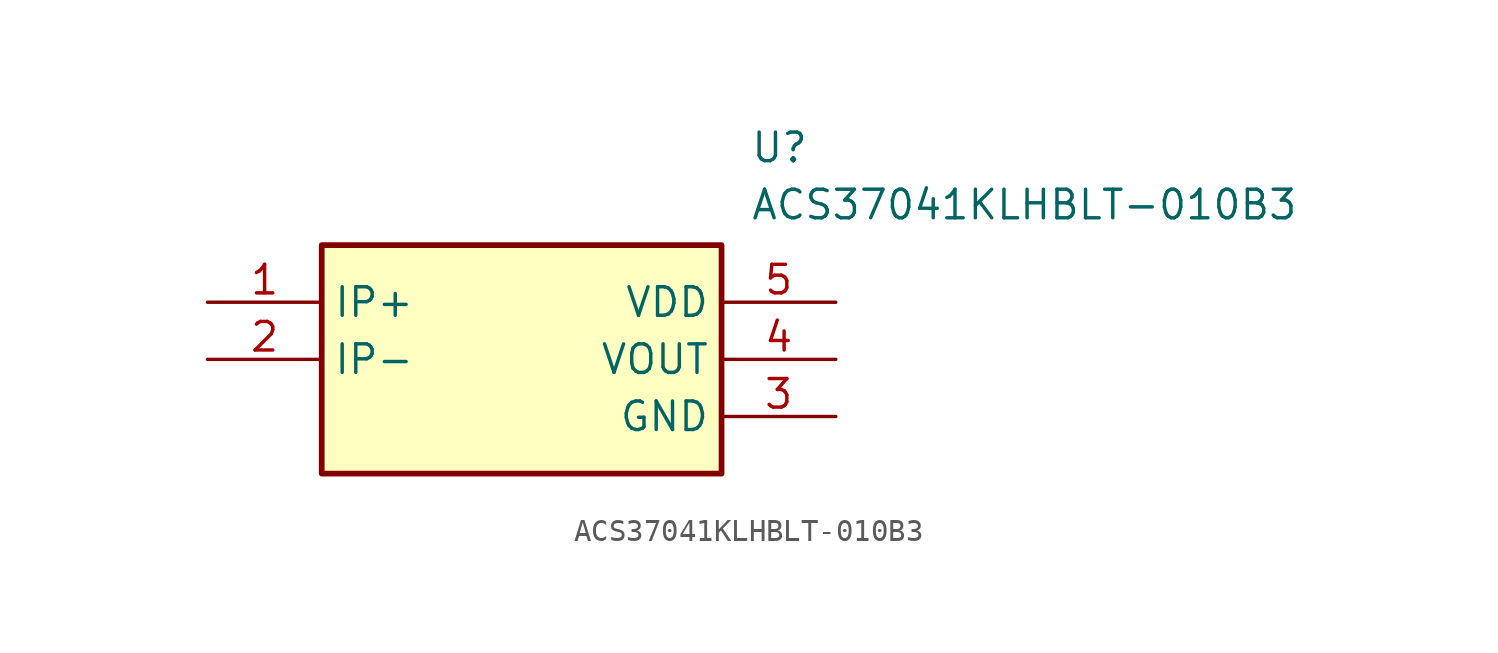
<source format=kicad_sym>
(kicad_symbol_lib
  (version 20220914)
  (generator kicad_symbol_editor)
  (symbol "ACS37041KLHBLT-010B3"
    (property "Reference" "U"
      (at 24.13 7.62 0)
      (effects (font (size 1.27 1.27)) (justify left top)))
    (property "Value" "ACS37041KLHBLT-010B3"
      (at 24.13 5.08 0)
      (effects (font (size 1.27 1.27)) (justify left top)))
    (symbol "ACS37041KLHBLT-010B3_1_1"
      (rectangle (start 5.08 2.54) (end 22.86 -7.62) (stroke (width 0.254) (type default)) (fill (type background)))
      (pin passive line (at 0 0 0) (length 5.08) (name "IP+" (effects (font (size 1.27 1.27)))) (number "1" (effects (font (size 1.27 1.27)))))
      (pin passive line (at 0 -2.54 0) (length 5.08) (name "IP-" (effects (font (size 1.27 1.27)))) (number "2" (effects (font (size 1.27 1.27)))))
      (pin passive line (at 27.94 -5.08 180) (length 5.08) (name "GND" (effects (font (size 1.27 1.27)))) (number "3" (effects (font (size 1.27 1.27)))))
      (pin passive line (at 27.94 -2.54 180) (length 5.08) (name "VOUT" (effects (font (size 1.27 1.27)))) (number "4" (effects (font (size 1.27 1.27)))))
      (pin passive line (at 27.94 0 180) (length 5.08) (name "VDD" (effects (font (size 1.27 1.27)))) (number "5" (effects (font (size 1.27 1.27))))))))
</source>
